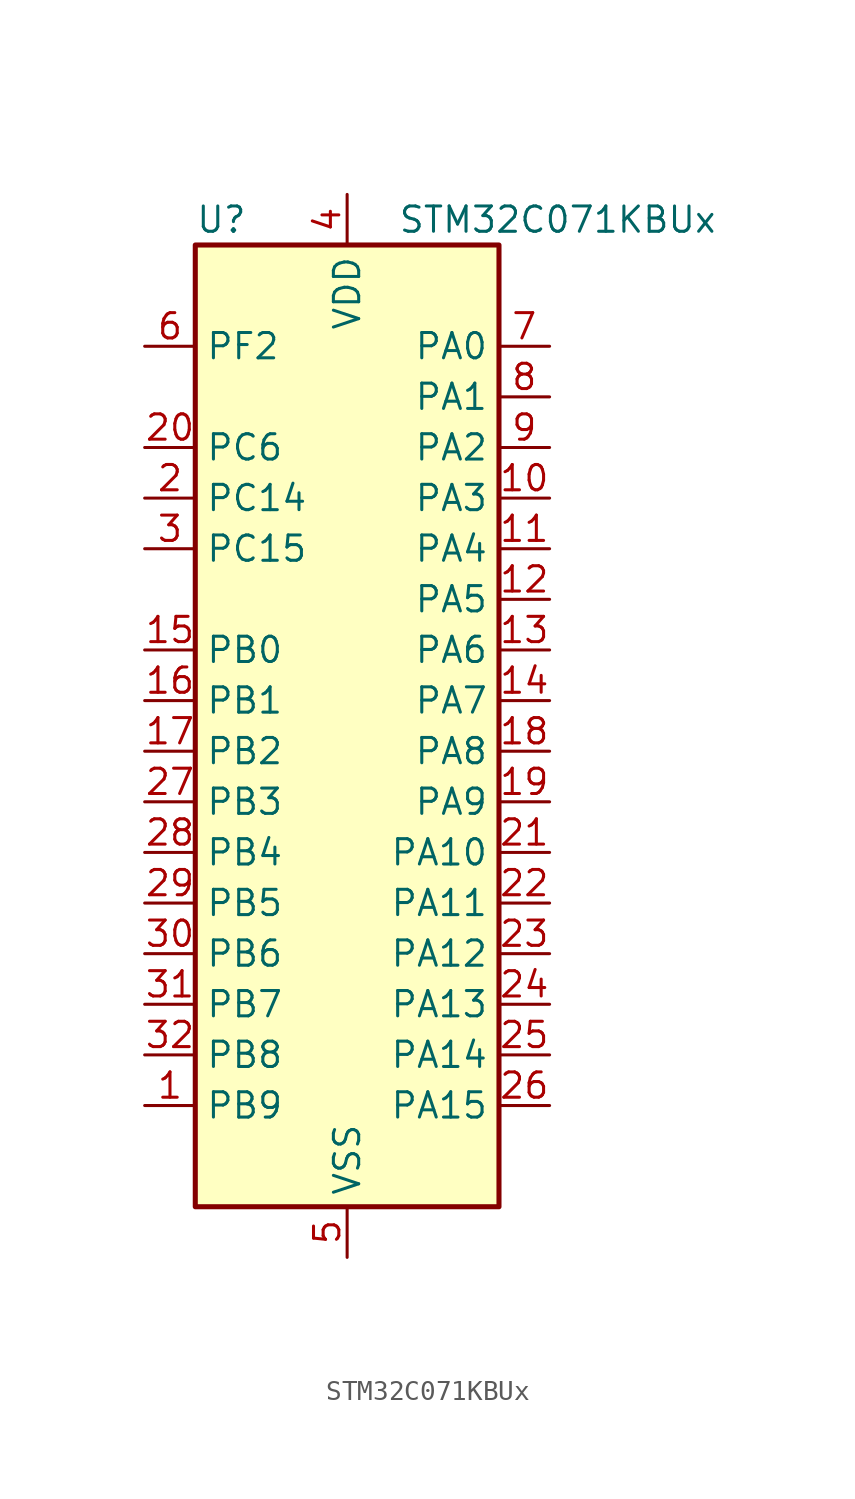
<source format=kicad_sym>
(kicad_symbol_lib
  (version 20241209)
  (generator "kicad_symbol_editor")
  (generator_version "9.0")
  (symbol "STM32C071KBUx"
    (property "Reference" "U"
      (at -7.62 26.67 0)
      (effects (font (size 1.27 1.27)) (justify left)))
    (property "Value" "STM32C071KBUx"
      (at 2.54 26.67 0)
      (effects (font (size 1.27 1.27)) (justify left)))
    (symbol "STM32C071KBUx_0_1"
      (rectangle (start -7.62 -22.86) (end 7.62 25.4) (stroke (width 0.254) (type default)) (fill (type background))))
    (symbol "STM32C071KBUx_1_1"
      (pin bidirectional line (at -10.16 20.32 0) (length 2.54) (name "PF2" (effects (font (size 1.27 1.27)))) (number "6" (effects (font (size 1.27 1.27)))) (alternate "RCC_MCO" bidirectional line) (alternate "TIM1_CH4" bidirectional line))
      (pin bidirectional line (at -10.16 15.24 0) (length 2.54) (name "PC6" (effects (font (size 1.27 1.27)))) (number "20" (effects (font (size 1.27 1.27)))) (alternate "TIM2_CH3" bidirectional line) (alternate "TIM3_CH1" bidirectional line))
      (pin bidirectional line (at -10.16 12.7 0) (length 2.54) (name "PC14" (effects (font (size 1.27 1.27)))) (number "2" (effects (font (size 1.27 1.27)))) (alternate "I2C1_SDA" bidirectional line) (alternate "IR_OUT" bidirectional line) (alternate "RCC_OSCX_IN" bidirectional line) (alternate "SPI2_NSS" bidirectional line) (alternate "TIM17_CH1" bidirectional line) (alternate "TIM1_BKIN2" bidirectional line) (alternate "TIM1_ETR" bidirectional line) (alternate "TIM3_CH2" bidirectional line) (alternate "USART1_TX" bidirectional line) (alternate "USART2_CK" bidirectional line) (alternate "USART2_DE" bidirectional line) (alternate "USART2_RTS" bidirectional line))
      (pin bidirectional line (at -10.16 10.16 0) (length 2.54) (name "PC15" (effects (font (size 1.27 1.27)))) (number "3" (effects (font (size 1.27 1.27)))) (alternate "RCC_OSC32_EN" bidirectional line) (alternate "RCC_OSCX_OUT" bidirectional line) (alternate "RCC_OSC_EN" bidirectional line) (alternate "TIM1_ETR" bidirectional line) (alternate "TIM3_CH3" bidirectional line))
      (pin bidirectional line (at -10.16 5.08 0) (length 2.54) (name "PB0" (effects (font (size 1.27 1.27)))) (number "15" (effects (font (size 1.27 1.27)))) (alternate "ADC1_IN17" bidirectional line) (alternate "I2S1_WS" bidirectional line) (alternate "SPI1_NSS" bidirectional line) (alternate "TIM1_CH2N" bidirectional line) (alternate "TIM3_CH3" bidirectional line))
      (pin bidirectional line (at -10.16 2.54 0) (length 2.54) (name "PB1" (effects (font (size 1.27 1.27)))) (number "16" (effects (font (size 1.27 1.27)))) (alternate "ADC1_IN18" bidirectional line) (alternate "TIM14_CH1" bidirectional line) (alternate "TIM1_CH2N" bidirectional line) (alternate "TIM1_CH3N" bidirectional line) (alternate "TIM3_CH4" bidirectional line))
      (pin bidirectional line (at -10.16 0 0) (length 2.54) (name "PB2" (effects (font (size 1.27 1.27)))) (number "17" (effects (font (size 1.27 1.27)))) (alternate "ADC1_IN19" bidirectional line) (alternate "RCC_MCO2" bidirectional line) (alternate "SPI2_MISO" bidirectional line) (alternate "USART1_RX" bidirectional line))
      (pin bidirectional line (at -10.16 -2.54 0) (length 2.54) (name "PB3" (effects (font (size 1.27 1.27)))) (number "27" (effects (font (size 1.27 1.27)))) (alternate "I2C2_SCL" bidirectional line) (alternate "I2S1_CK" bidirectional line) (alternate "SPI1_SCK" bidirectional line) (alternate "TIM1_CH2" bidirectional line) (alternate "TIM2_CH2" bidirectional line) (alternate "TIM3_CH2" bidirectional line) (alternate "USART1_CK" bidirectional line) (alternate "USART1_DE" bidirectional line) (alternate "USART1_RTS" bidirectional line))
      (pin bidirectional line (at -10.16 -5.08 0) (length 2.54) (name "PB4" (effects (font (size 1.27 1.27)))) (number "28" (effects (font (size 1.27 1.27)))) (alternate "I2C2_SDA" bidirectional line) (alternate "I2S1_MCK" bidirectional line) (alternate "SPI1_MISO" bidirectional line) (alternate "TIM17_BKIN" bidirectional line) (alternate "TIM3_CH1" bidirectional line) (alternate "USART1_CTS" bidirectional line) (alternate "USART1_NSS" bidirectional line))
      (pin bidirectional line (at -10.16 -7.62 0) (length 2.54) (name "PB5" (effects (font (size 1.27 1.27)))) (number "29" (effects (font (size 1.27 1.27)))) (alternate "I2C1_SMBA" bidirectional line) (alternate "I2S1_SD" bidirectional line) (alternate "PWR_WKUP6" bidirectional line) (alternate "SPI1_MOSI" bidirectional line) (alternate "TIM16_BKIN" bidirectional line) (alternate "TIM3_CH2" bidirectional line) (alternate "TIM3_CH3" bidirectional line))
      (pin bidirectional line (at -10.16 -10.16 0) (length 2.54) (name "PB6" (effects (font (size 1.27 1.27)))) (number "30" (effects (font (size 1.27 1.27)))) (alternate "I2C1_SCL" bidirectional line) (alternate "I2C1_SMBA" bidirectional line) (alternate "I2S1_CK" bidirectional line) (alternate "I2S1_MCK" bidirectional line) (alternate "I2S1_SD" bidirectional line) (alternate "PWR_WKUP3" bidirectional line) (alternate "SPI1_MISO" bidirectional line) (alternate "SPI1_MOSI" bidirectional line) (alternate "SPI1_SCK" bidirectional line) (alternate "SPI2_MISO" bidirectional line) (alternate "TIM16_BKIN" bidirectional line) (alternate "TIM16_CH1N" bidirectional line) (alternate "TIM17_BKIN" bidirectional line) (alternate "TIM1_CH2" bidirectional line) (alternate "TIM1_CH3" bidirectional line) (alternate "TIM3_CH1" bidirectional line) (alternate "TIM3_CH2" bidirectional line) (alternate "TIM3_CH3" bidirectional line) (alternate "USART1_CTS" bidirectional line) (alternate "USART1_NSS" bidirectional line) (alternate "USART1_TX" bidirectional line))
      (pin bidirectional line (at -10.16 -12.7 0) (length 2.54) (name "PB7" (effects (font (size 1.27 1.27)))) (number "31" (effects (font (size 1.27 1.27)))) (alternate "I2C1_SCL" bidirectional line) (alternate "I2C1_SDA" bidirectional line) (alternate "RTC_REFIN" bidirectional line) (alternate "SPI2_MOSI" bidirectional line) (alternate "TIM16_CH1" bidirectional line) (alternate "TIM17_CH1N" bidirectional line) (alternate "TIM1_CH4" bidirectional line) (alternate "TIM3_CH1" bidirectional line) (alternate "TIM3_CH4" bidirectional line) (alternate "USART1_RX" bidirectional line) (alternate "USART2_CTS" bidirectional line) (alternate "USART2_NSS" bidirectional line))
      (pin bidirectional line (at -10.16 -15.24 0) (length 2.54) (name "PB8" (effects (font (size 1.27 1.27)))) (number "32" (effects (font (size 1.27 1.27)))) (alternate "I2C1_SCL" bidirectional line) (alternate "SPI2_SCK" bidirectional line) (alternate "TIM16_CH1" bidirectional line) (alternate "TIM3_CH1" bidirectional line) (alternate "USART2_CTS" bidirectional line) (alternate "USART2_NSS" bidirectional line))
      (pin bidirectional line (at -10.16 -17.78 0) (length 2.54) (name "PB9" (effects (font (size 1.27 1.27)))) (number "1" (effects (font (size 1.27 1.27)))) (alternate "I2C1_SDA" bidirectional line) (alternate "IR_OUT" bidirectional line) (alternate "SPI2_NSS" bidirectional line) (alternate "TIM17_CH1" bidirectional line) (alternate "TIM3_CH2" bidirectional line) (alternate "USART2_CK" bidirectional line) (alternate "USART2_DE" bidirectional line) (alternate "USART2_RTS" bidirectional line))
      (pin power_in line (at 0 27.94 270) (length 2.54) (name "VDD" (effects (font (size 1.27 1.27)))) (number "4" (effects (font (size 1.27 1.27)))))
      (pin passive line (at 0 -25.4 90) (length 2.54) (hide yes) (name "VSS" (effects (font (size 1.27 1.27)))) (number "33" (effects (font (size 1.27 1.27)))))
      (pin power_in line (at 0 -25.4 90) (length 2.54) (name "VSS" (effects (font (size 1.27 1.27)))) (number "5" (effects (font (size 1.27 1.27)))))
      (pin bidirectional line (at 10.16 20.32 180) (length 2.54) (name "PA0" (effects (font (size 1.27 1.27)))) (number "7" (effects (font (size 1.27 1.27)))) (alternate "ADC1_IN0" bidirectional line) (alternate "PWR_WKUP1" bidirectional line) (alternate "SPI2_SCK" bidirectional line) (alternate "TIM16_CH1" bidirectional line) (alternate "TIM1_CH1" bidirectional line) (alternate "TIM2_CH1" bidirectional line) (alternate "TIM2_ETR" bidirectional line) (alternate "USART1_TX" bidirectional line) (alternate "USART2_CTS" bidirectional line) (alternate "USART2_NSS" bidirectional line))
      (pin bidirectional line (at 10.16 17.78 180) (length 2.54) (name "PA1" (effects (font (size 1.27 1.27)))) (number "8" (effects (font (size 1.27 1.27)))) (alternate "ADC1_IN1" bidirectional line) (alternate "I2C1_SMBA" bidirectional line) (alternate "I2S1_CK" bidirectional line) (alternate "SPI1_SCK" bidirectional line) (alternate "TIM17_CH1" bidirectional line) (alternate "TIM1_CH2" bidirectional line) (alternate "TIM2_CH2" bidirectional line) (alternate "USART1_RX" bidirectional line) (alternate "USART2_CK" bidirectional line) (alternate "USART2_DE" bidirectional line) (alternate "USART2_RTS" bidirectional line))
      (pin bidirectional line (at 10.16 15.24 180) (length 2.54) (name "PA2" (effects (font (size 1.27 1.27)))) (number "9" (effects (font (size 1.27 1.27)))) (alternate "ADC1_IN2" bidirectional line) (alternate "I2S1_SD" bidirectional line) (alternate "PWR_WKUP4" bidirectional line) (alternate "RCC_LSCO" bidirectional line) (alternate "SPI1_MOSI" bidirectional line) (alternate "TIM16_CH1N" bidirectional line) (alternate "TIM1_CH3" bidirectional line) (alternate "TIM2_CH3" bidirectional line) (alternate "TIM3_ETR" bidirectional line) (alternate "USART2_TX" bidirectional line))
      (pin bidirectional line (at 10.16 12.7 180) (length 2.54) (name "PA3" (effects (font (size 1.27 1.27)))) (number "10" (effects (font (size 1.27 1.27)))) (alternate "ADC1_IN3" bidirectional line) (alternate "SPI2_MISO" bidirectional line) (alternate "TIM1_CH1N" bidirectional line) (alternate "TIM1_CH4" bidirectional line) (alternate "TIM2_CH4" bidirectional line) (alternate "USART2_RX" bidirectional line))
      (pin bidirectional line (at 10.16 10.16 180) (length 2.54) (name "PA4" (effects (font (size 1.27 1.27)))) (number "11" (effects (font (size 1.27 1.27)))) (alternate "ADC1_IN4" bidirectional line) (alternate "I2S1_WS" bidirectional line) (alternate "PWR_WKUP2" bidirectional line) (alternate "RTC_OUT1" bidirectional line) (alternate "RTC_TS" bidirectional line) (alternate "SPI1_NSS" bidirectional line) (alternate "SPI2_MOSI" bidirectional line) (alternate "TIM14_CH1" bidirectional line) (alternate "TIM17_CH1N" bidirectional line) (alternate "TIM1_CH2N" bidirectional line) (alternate "USART2_TX" bidirectional line) (alternate "USB_NOE" bidirectional line))
      (pin bidirectional line (at 10.16 7.62 180) (length 2.54) (name "PA5" (effects (font (size 1.27 1.27)))) (number "12" (effects (font (size 1.27 1.27)))) (alternate "ADC1_IN5" bidirectional line) (alternate "I2S1_CK" bidirectional line) (alternate "SPI1_SCK" bidirectional line) (alternate "TIM1_CH1" bidirectional line) (alternate "TIM1_CH3N" bidirectional line) (alternate "TIM2_CH1" bidirectional line) (alternate "TIM2_ETR" bidirectional line) (alternate "USART2_RX" bidirectional line))
      (pin bidirectional line (at 10.16 5.08 180) (length 2.54) (name "PA6" (effects (font (size 1.27 1.27)))) (number "13" (effects (font (size 1.27 1.27)))) (alternate "ADC1_IN6" bidirectional line) (alternate "I2C2_SDA" bidirectional line) (alternate "I2S1_MCK" bidirectional line) (alternate "SPI1_MISO" bidirectional line) (alternate "TIM16_CH1" bidirectional line) (alternate "TIM1_BKIN" bidirectional line) (alternate "TIM3_CH1" bidirectional line))
      (pin bidirectional line (at 10.16 2.54 180) (length 2.54) (name "PA7" (effects (font (size 1.27 1.27)))) (number "14" (effects (font (size 1.27 1.27)))) (alternate "ADC1_IN7" bidirectional line) (alternate "I2C2_SCL" bidirectional line) (alternate "I2S1_SD" bidirectional line) (alternate "SPI1_MOSI" bidirectional line) (alternate "TIM14_CH1" bidirectional line) (alternate "TIM17_CH1" bidirectional line) (alternate "TIM1_CH1N" bidirectional line) (alternate "TIM3_CH2" bidirectional line))
      (pin bidirectional line (at 10.16 0 180) (length 2.54) (name "PA8" (effects (font (size 1.27 1.27)))) (number "18" (effects (font (size 1.27 1.27)))) (alternate "ADC1_IN8" bidirectional line) (alternate "CRS_SYNC" bidirectional line) (alternate "I2S1_WS" bidirectional line) (alternate "RCC_MCO" bidirectional line) (alternate "RCC_MCO2" bidirectional line) (alternate "SPI1_NSS" bidirectional line) (alternate "SPI2_MISO" bidirectional line) (alternate "SPI2_NSS" bidirectional line) (alternate "TIM14_CH1" bidirectional line) (alternate "TIM1_CH1" bidirectional line) (alternate "TIM1_CH2N" bidirectional line) (alternate "TIM1_CH3N" bidirectional line) (alternate "TIM3_CH3" bidirectional line) (alternate "TIM3_CH4" bidirectional line) (alternate "USART1_RX" bidirectional line) (alternate "USART2_TX" bidirectional line))
      (pin bidirectional line (at 10.16 -2.54 180) (length 2.54) (name "PA9" (effects (font (size 1.27 1.27)))) (number "19" (effects (font (size 1.27 1.27)))) (alternate "I2C1_SCL" bidirectional line) (alternate "I2C2_SCL" bidirectional line) (alternate "RCC_MCO" bidirectional line) (alternate "SPI2_MISO" bidirectional line) (alternate "TIM1_CH2" bidirectional line) (alternate "TIM3_ETR" bidirectional line) (alternate "USART1_TX" bidirectional line))
      (pin bidirectional line (at 10.16 -5.08 180) (length 2.54) (name "PA10" (effects (font (size 1.27 1.27)))) (number "21" (effects (font (size 1.27 1.27)))) (alternate "I2C1_SDA" bidirectional line) (alternate "I2C2_SDA" bidirectional line) (alternate "RCC_MCO2" bidirectional line) (alternate "SPI2_MOSI" bidirectional line) (alternate "TIM17_BKIN" bidirectional line) (alternate "TIM1_CH3" bidirectional line) (alternate "USART1_RX" bidirectional line))
      (pin bidirectional line (at 10.16 -7.62 180) (length 2.54) (name "PA11" (effects (font (size 1.27 1.27)))) (number "22" (effects (font (size 1.27 1.27)))) (alternate "ADC1_EXTI11" bidirectional line) (alternate "I2C2_SCL" bidirectional line) (alternate "I2S1_MCK" bidirectional line) (alternate "SPI1_MISO" bidirectional line) (alternate "TIM1_BKIN2" bidirectional line) (alternate "TIM1_CH4" bidirectional line) (alternate "USART1_CTS" bidirectional line) (alternate "USART1_NSS" bidirectional line) (alternate "USB_DM" bidirectional line))
      (pin bidirectional line (at 10.16 -10.16 180) (length 2.54) (name "PA12" (effects (font (size 1.27 1.27)))) (number "23" (effects (font (size 1.27 1.27)))) (alternate "I2C2_SDA" bidirectional line) (alternate "I2S1_SD" bidirectional line) (alternate "I2S_CKIN" bidirectional line) (alternate "SPI1_MOSI" bidirectional line) (alternate "TIM1_ETR" bidirectional line) (alternate "USART1_CK" bidirectional line) (alternate "USART1_DE" bidirectional line) (alternate "USART1_RTS" bidirectional line) (alternate "USB_DP" bidirectional line))
      (pin bidirectional line (at 10.16 -12.7 180) (length 2.54) (name "PA13" (effects (font (size 1.27 1.27)))) (number "24" (effects (font (size 1.27 1.27)))) (alternate "ADC1_IN13" bidirectional line) (alternate "DEBUG_SWDIO" bidirectional line) (alternate "IR_OUT" bidirectional line) (alternate "TIM3_ETR" bidirectional line) (alternate "USART2_RX" bidirectional line) (alternate "USB_NOE" bidirectional line))
      (pin bidirectional line (at 10.16 -15.24 180) (length 2.54) (name "PA14" (effects (font (size 1.27 1.27)))) (number "25" (effects (font (size 1.27 1.27)))) (alternate "ADC1_IN14" bidirectional line) (alternate "DEBUG_SWCLK" bidirectional line) (alternate "I2S1_WS" bidirectional line) (alternate "RCC_MCO2" bidirectional line) (alternate "SPI1_NSS" bidirectional line) (alternate "TIM1_CH1" bidirectional line) (alternate "USART1_CK" bidirectional line) (alternate "USART1_DE" bidirectional line) (alternate "USART1_RTS" bidirectional line) (alternate "USART2_RX" bidirectional line) (alternate "USART2_TX" bidirectional line))
      (pin bidirectional line (at 10.16 -17.78 180) (length 2.54) (name "PA15" (effects (font (size 1.27 1.27)))) (number "26" (effects (font (size 1.27 1.27)))) (alternate "I2S1_WS" bidirectional line) (alternate "RCC_MCO2" bidirectional line) (alternate "SPI1_NSS" bidirectional line) (alternate "TIM1_CH1" bidirectional line) (alternate "TIM2_CH1" bidirectional line) (alternate "TIM2_ETR" bidirectional line) (alternate "USART1_CK" bidirectional line) (alternate "USART1_DE" bidirectional line) (alternate "USART1_RTS" bidirectional line) (alternate "USART2_RX" bidirectional line) (alternate "USB_NOE" bidirectional line)))))
</source>
